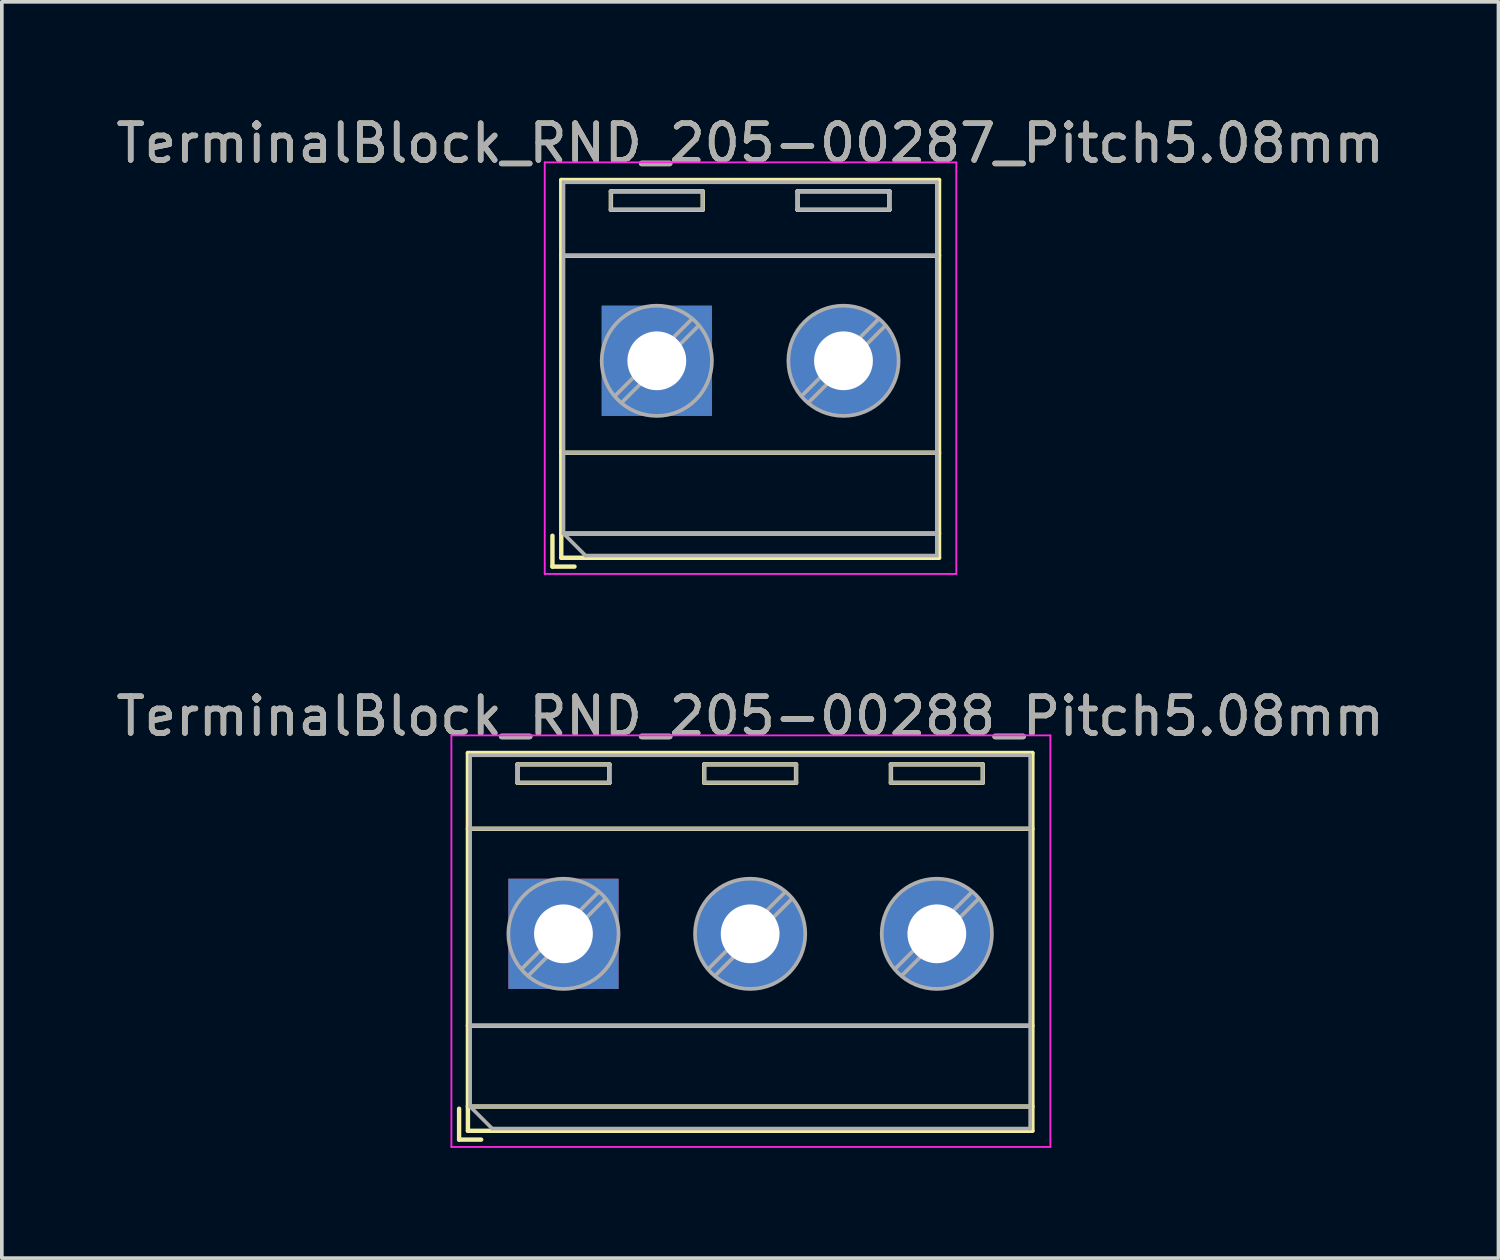
<source format=kicad_pcb>
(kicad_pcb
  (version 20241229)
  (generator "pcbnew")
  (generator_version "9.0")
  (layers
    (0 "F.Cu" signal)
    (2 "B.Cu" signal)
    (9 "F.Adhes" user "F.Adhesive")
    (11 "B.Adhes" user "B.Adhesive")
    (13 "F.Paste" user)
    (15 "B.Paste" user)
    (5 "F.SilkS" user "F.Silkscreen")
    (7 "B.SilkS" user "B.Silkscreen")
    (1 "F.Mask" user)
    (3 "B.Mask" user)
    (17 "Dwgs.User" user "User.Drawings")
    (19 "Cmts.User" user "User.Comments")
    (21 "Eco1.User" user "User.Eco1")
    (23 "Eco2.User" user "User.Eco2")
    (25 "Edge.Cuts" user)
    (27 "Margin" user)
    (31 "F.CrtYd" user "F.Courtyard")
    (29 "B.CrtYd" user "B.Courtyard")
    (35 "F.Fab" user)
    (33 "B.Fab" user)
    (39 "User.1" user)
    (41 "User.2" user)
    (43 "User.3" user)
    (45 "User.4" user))
  (footprint "TerminalBlock_RND_205-00287_Pitch5.08mm"
    (layer "F.Cu")
    (at 14.823 6.768)
    (property "Reference" "TerminalBlock_RND_205-00287_Pitch5.08mm" (at 2.54 -5.92 0) (layer "F.SilkS") (effects (font (size 1 1) (thickness 0.15))))
    (attr through_hole)
    (fp_line (start -2.84 4.76) (end -2.84 5.6) (stroke (width 0.12) (type solid)) (layer "F.SilkS"))
    (fp_line (start -2.84 5.6) (end -2.24 5.6) (stroke (width 0.12) (type solid)) (layer "F.SilkS"))
    (fp_line (start -2.6 -4.92) (end -2.6 5.36) (stroke (width 0.12) (type solid)) (layer "F.SilkS"))
    (fp_line (start -2.6 -2.86) (end 7.68 -2.86) (stroke (width 0.12) (type solid)) (layer "F.SilkS"))
    (fp_line (start -2.6 2.5) (end 7.68 2.5) (stroke (width 0.12) (type solid)) (layer "F.SilkS"))
    (fp_line (start -2.6 4.7) (end 7.68 4.7) (stroke (width 0.12) (type solid)) (layer "F.SilkS"))
    (fp_line (start -2.6 5.36) (end 7.68 5.36) (stroke (width 0.12) (type solid)) (layer "F.SilkS"))
    (fp_line (start -1.25 -4.61) (end -1.25 -4.11) (stroke (width 0.12) (type solid)) (layer "F.SilkS"))
    (fp_line (start -1.25 -4.61) (end 1.25 -4.61) (stroke (width 0.12) (type solid)) (layer "F.SilkS"))
    (fp_line (start -1.25 -4.11) (end 1.25 -4.11) (stroke (width 0.12) (type solid)) (layer "F.SilkS"))
    (fp_line (start 1.25 -4.61) (end 1.25 -4.11) (stroke (width 0.12) (type solid)) (layer "F.SilkS"))
    (fp_line (start 3.83 -4.61) (end 3.83 -4.11) (stroke (width 0.12) (type solid)) (layer "F.SilkS"))
    (fp_line (start 3.83 -4.61) (end 6.33 -4.61) (stroke (width 0.12) (type solid)) (layer "F.SilkS"))
    (fp_line (start 3.83 -4.11) (end 6.33 -4.11) (stroke (width 0.12) (type solid)) (layer "F.SilkS"))
    (fp_line (start 6.33 -4.61) (end 6.33 -4.11) (stroke (width 0.12) (type solid)) (layer "F.SilkS"))
    (fp_line (start 7.68 -4.92) (end -2.6 -4.92) (stroke (width 0.12) (type solid)) (layer "F.SilkS"))
    (fp_line (start 7.68 5.36) (end 7.68 -4.92) (stroke (width 0.12) (type solid)) (layer "F.SilkS"))
    (fp_line (start -3.05 -5.4) (end -3.05 5.8) (stroke (width 0.05) (type solid)) (layer "F.CrtYd"))
    (fp_line (start -3.05 5.8) (end 8.15 5.8) (stroke (width 0.05) (type solid)) (layer "F.CrtYd"))
    (fp_line (start 8.15 -5.4) (end -3.05 -5.4) (stroke (width 0.05) (type solid)) (layer "F.CrtYd"))
    (fp_line (start 8.15 5.8) (end 8.15 -5.4) (stroke (width 0.05) (type solid)) (layer "F.CrtYd"))
    (fp_line (start -2.54 -4.86) (end 7.62 -4.86) (stroke (width 0.1) (type solid)) (layer "F.Fab"))
    (fp_line (start -2.54 -2.86) (end 7.62 -2.86) (stroke (width 0.1) (type solid)) (layer "F.Fab"))
    (fp_line (start -2.54 2.5) (end 7.62 2.5) (stroke (width 0.1) (type solid)) (layer "F.Fab"))
    (fp_line (start -2.54 4.7) (end -2.54 -4.86) (stroke (width 0.1) (type solid)) (layer "F.Fab"))
    (fp_line (start -2.54 4.7) (end 7.62 4.7) (stroke (width 0.1) (type solid)) (layer "F.Fab"))
    (fp_line (start -1.94 5.3) (end -2.54 4.7) (stroke (width 0.1) (type solid)) (layer "F.Fab"))
    (fp_line (start -1.25 -4.61) (end -1.25 -4.11) (stroke (width 0.1) (type solid)) (layer "F.Fab"))
    (fp_line (start -1.25 -4.11) (end 1.25 -4.11) (stroke (width 0.1) (type solid)) (layer "F.Fab"))
    (fp_line (start 0.955 -1.138) (end -1.138 0.955) (stroke (width 0.1) (type solid)) (layer "F.Fab"))
    (fp_line (start 1.138 -0.955) (end -0.955 1.138) (stroke (width 0.1) (type solid)) (layer "F.Fab"))
    (fp_line (start 1.25 -4.61) (end -1.25 -4.61) (stroke (width 0.1) (type solid)) (layer "F.Fab"))
    (fp_line (start 1.25 -4.11) (end 1.25 -4.61) (stroke (width 0.1) (type solid)) (layer "F.Fab"))
    (fp_line (start 3.83 -4.61) (end 3.83 -4.11) (stroke (width 0.1) (type solid)) (layer "F.Fab"))
    (fp_line (start 3.83 -4.11) (end 6.33 -4.11) (stroke (width 0.1) (type solid)) (layer "F.Fab"))
    (fp_line (start 6.035 -1.138) (end 3.943 0.955) (stroke (width 0.1) (type solid)) (layer "F.Fab"))
    (fp_line (start 6.218 -0.955) (end 4.126 1.138) (stroke (width 0.1) (type solid)) (layer "F.Fab"))
    (fp_line (start 6.33 -4.61) (end 3.83 -4.61) (stroke (width 0.1) (type solid)) (layer "F.Fab"))
    (fp_line (start 6.33 -4.11) (end 6.33 -4.61) (stroke (width 0.1) (type solid)) (layer "F.Fab"))
    (fp_line (start 7.62 -4.86) (end 7.62 5.3) (stroke (width 0.1) (type solid)) (layer "F.Fab"))
    (fp_line (start 7.62 5.3) (end -1.94 5.3) (stroke (width 0.1) (type solid)) (layer "F.Fab"))
    (fp_circle (center 0 0) (end 1.5 0) (stroke (width 0.1) (type solid)) (fill no) (layer "F.Fab"))
    (fp_circle (center 5.08 0) (end 6.58 0) (stroke (width 0.1) (type solid)) (fill no) (layer "F.Fab"))
    (fp_text user "${REFERENCE}" (at 2.54 -5.92 0) (layer "F.Fab") (effects (font (size 1 1) (thickness 0.15))))
    (pad "1" thru_hole rect (at 0 0) (size 3 3) (drill 1.6) (layers "*.Cu" "*.Mask"))
    (pad "2" thru_hole circle (at 5.08 0) (size 3 3) (drill 1.6) (layers "*.Cu" "*.Mask")))
  (footprint "TerminalBlock_RND_205-00288_Pitch5.08mm"
    (layer "F.Cu")
    (at 12.283 22.361)
    (property "Reference" "TerminalBlock_RND_205-00288_Pitch5.08mm" (at 5.08 -5.92 0) (layer "F.SilkS") (effects (font (size 1 1) (thickness 0.15))))
    (attr through_hole)
    (fp_line (start -2.84 4.76) (end -2.84 5.6) (stroke (width 0.12) (type solid)) (layer "F.SilkS"))
    (fp_line (start -2.84 5.6) (end -2.24 5.6) (stroke (width 0.12) (type solid)) (layer "F.SilkS"))
    (fp_line (start -2.6 -4.92) (end -2.6 5.36) (stroke (width 0.12) (type solid)) (layer "F.SilkS"))
    (fp_line (start -2.6 -2.86) (end 12.76 -2.86) (stroke (width 0.12) (type solid)) (layer "F.SilkS"))
    (fp_line (start -2.6 2.5) (end 12.76 2.5) (stroke (width 0.12) (type solid)) (layer "F.SilkS"))
    (fp_line (start -2.6 4.7) (end 12.76 4.7) (stroke (width 0.12) (type solid)) (layer "F.SilkS"))
    (fp_line (start -2.6 5.36) (end 12.76 5.36) (stroke (width 0.12) (type solid)) (layer "F.SilkS"))
    (fp_line (start -1.25 -4.61) (end -1.25 -4.11) (stroke (width 0.12) (type solid)) (layer "F.SilkS"))
    (fp_line (start -1.25 -4.61) (end 1.25 -4.61) (stroke (width 0.12) (type solid)) (layer "F.SilkS"))
    (fp_line (start -1.25 -4.11) (end 1.25 -4.11) (stroke (width 0.12) (type solid)) (layer "F.SilkS"))
    (fp_line (start 1.25 -4.61) (end 1.25 -4.11) (stroke (width 0.12) (type solid)) (layer "F.SilkS"))
    (fp_line (start 3.83 -4.61) (end 3.83 -4.11) (stroke (width 0.12) (type solid)) (layer "F.SilkS"))
    (fp_line (start 3.83 -4.61) (end 6.33 -4.61) (stroke (width 0.12) (type solid)) (layer "F.SilkS"))
    (fp_line (start 3.83 -4.11) (end 6.33 -4.11) (stroke (width 0.12) (type solid)) (layer "F.SilkS"))
    (fp_line (start 6.33 -4.61) (end 6.33 -4.11) (stroke (width 0.12) (type solid)) (layer "F.SilkS"))
    (fp_line (start 8.91 -4.61) (end 8.91 -4.11) (stroke (width 0.12) (type solid)) (layer "F.SilkS"))
    (fp_line (start 8.91 -4.61) (end 11.41 -4.61) (stroke (width 0.12) (type solid)) (layer "F.SilkS"))
    (fp_line (start 8.91 -4.11) (end 11.41 -4.11) (stroke (width 0.12) (type solid)) (layer "F.SilkS"))
    (fp_line (start 11.41 -4.61) (end 11.41 -4.11) (stroke (width 0.12) (type solid)) (layer "F.SilkS"))
    (fp_line (start 12.76 -4.92) (end -2.6 -4.92) (stroke (width 0.12) (type solid)) (layer "F.SilkS"))
    (fp_line (start 12.76 5.36) (end 12.76 -4.92) (stroke (width 0.12) (type solid)) (layer "F.SilkS"))
    (fp_line (start -3.05 -5.4) (end -3.05 5.8) (stroke (width 0.05) (type solid)) (layer "F.CrtYd"))
    (fp_line (start -3.05 5.8) (end 13.25 5.8) (stroke (width 0.05) (type solid)) (layer "F.CrtYd"))
    (fp_line (start 13.25 -5.4) (end -3.05 -5.4) (stroke (width 0.05) (type solid)) (layer "F.CrtYd"))
    (fp_line (start 13.25 5.8) (end 13.25 -5.4) (stroke (width 0.05) (type solid)) (layer "F.CrtYd"))
    (fp_line (start -2.54 -4.86) (end 12.7 -4.86) (stroke (width 0.1) (type solid)) (layer "F.Fab"))
    (fp_line (start -2.54 -2.86) (end 12.7 -2.86) (stroke (width 0.1) (type solid)) (layer "F.Fab"))
    (fp_line (start -2.54 2.5) (end 12.7 2.5) (stroke (width 0.1) (type solid)) (layer "F.Fab"))
    (fp_line (start -2.54 4.7) (end -2.54 -4.86) (stroke (width 0.1) (type solid)) (layer "F.Fab"))
    (fp_line (start -2.54 4.7) (end 12.7 4.7) (stroke (width 0.1) (type solid)) (layer "F.Fab"))
    (fp_line (start -1.94 5.3) (end -2.54 4.7) (stroke (width 0.1) (type solid)) (layer "F.Fab"))
    (fp_line (start -1.25 -4.61) (end -1.25 -4.11) (stroke (width 0.1) (type solid)) (layer "F.Fab"))
    (fp_line (start -1.25 -4.11) (end 1.25 -4.11) (stroke (width 0.1) (type solid)) (layer "F.Fab"))
    (fp_line (start 0.955 -1.138) (end -1.138 0.955) (stroke (width 0.1) (type solid)) (layer "F.Fab"))
    (fp_line (start 1.138 -0.955) (end -0.955 1.138) (stroke (width 0.1) (type solid)) (layer "F.Fab"))
    (fp_line (start 1.25 -4.61) (end -1.25 -4.61) (stroke (width 0.1) (type solid)) (layer "F.Fab"))
    (fp_line (start 1.25 -4.11) (end 1.25 -4.61) (stroke (width 0.1) (type solid)) (layer "F.Fab"))
    (fp_line (start 3.83 -4.61) (end 3.83 -4.11) (stroke (width 0.1) (type solid)) (layer "F.Fab"))
    (fp_line (start 3.83 -4.11) (end 6.33 -4.11) (stroke (width 0.1) (type solid)) (layer "F.Fab"))
    (fp_line (start 6.035 -1.138) (end 3.943 0.955) (stroke (width 0.1) (type solid)) (layer "F.Fab"))
    (fp_line (start 6.218 -0.955) (end 4.126 1.138) (stroke (width 0.1) (type solid)) (layer "F.Fab"))
    (fp_line (start 6.33 -4.61) (end 3.83 -4.61) (stroke (width 0.1) (type solid)) (layer "F.Fab"))
    (fp_line (start 6.33 -4.11) (end 6.33 -4.61) (stroke (width 0.1) (type solid)) (layer "F.Fab"))
    (fp_line (start 8.91 -4.61) (end 8.91 -4.11) (stroke (width 0.1) (type solid)) (layer "F.Fab"))
    (fp_line (start 8.91 -4.11) (end 11.41 -4.11) (stroke (width 0.1) (type solid)) (layer "F.Fab"))
    (fp_line (start 11.115 -1.138) (end 9.023 0.955) (stroke (width 0.1) (type solid)) (layer "F.Fab"))
    (fp_line (start 11.298 -0.955) (end 9.206 1.138) (stroke (width 0.1) (type solid)) (layer "F.Fab"))
    (fp_line (start 11.41 -4.61) (end 8.91 -4.61) (stroke (width 0.1) (type solid)) (layer "F.Fab"))
    (fp_line (start 11.41 -4.11) (end 11.41 -4.61) (stroke (width 0.1) (type solid)) (layer "F.Fab"))
    (fp_line (start 12.7 -4.86) (end 12.7 5.3) (stroke (width 0.1) (type solid)) (layer "F.Fab"))
    (fp_line (start 12.7 5.3) (end -1.94 5.3) (stroke (width 0.1) (type solid)) (layer "F.Fab"))
    (fp_circle (center 0 0) (end 1.5 0) (stroke (width 0.1) (type solid)) (fill no) (layer "F.Fab"))
    (fp_circle (center 5.08 0) (end 6.58 0) (stroke (width 0.1) (type solid)) (fill no) (layer "F.Fab"))
    (fp_circle (center 10.16 0) (end 11.66 0) (stroke (width 0.1) (type solid)) (fill no) (layer "F.Fab"))
    (fp_text user "${REFERENCE}" (at 5.08 -5.92 0) (layer "F.Fab") (effects (font (size 1 1) (thickness 0.15))))
    (pad "1" thru_hole rect (at 0 0) (size 3 3) (drill 1.6) (layers "*.Cu" "*.Mask"))
    (pad "2" thru_hole circle (at 5.08 0) (size 3 3) (drill 1.6) (layers "*.Cu" "*.Mask"))
    (pad "3" thru_hole circle (at 10.16 0) (size 3 3) (drill 1.6) (layers "*.Cu" "*.Mask")))
  (gr_rect
    (start -3 -3)
    (end 37.726 31.186)
    (stroke (width 0.1) (type default))
    (fill no)
    (layer "Edge.Cuts")))
</source>
